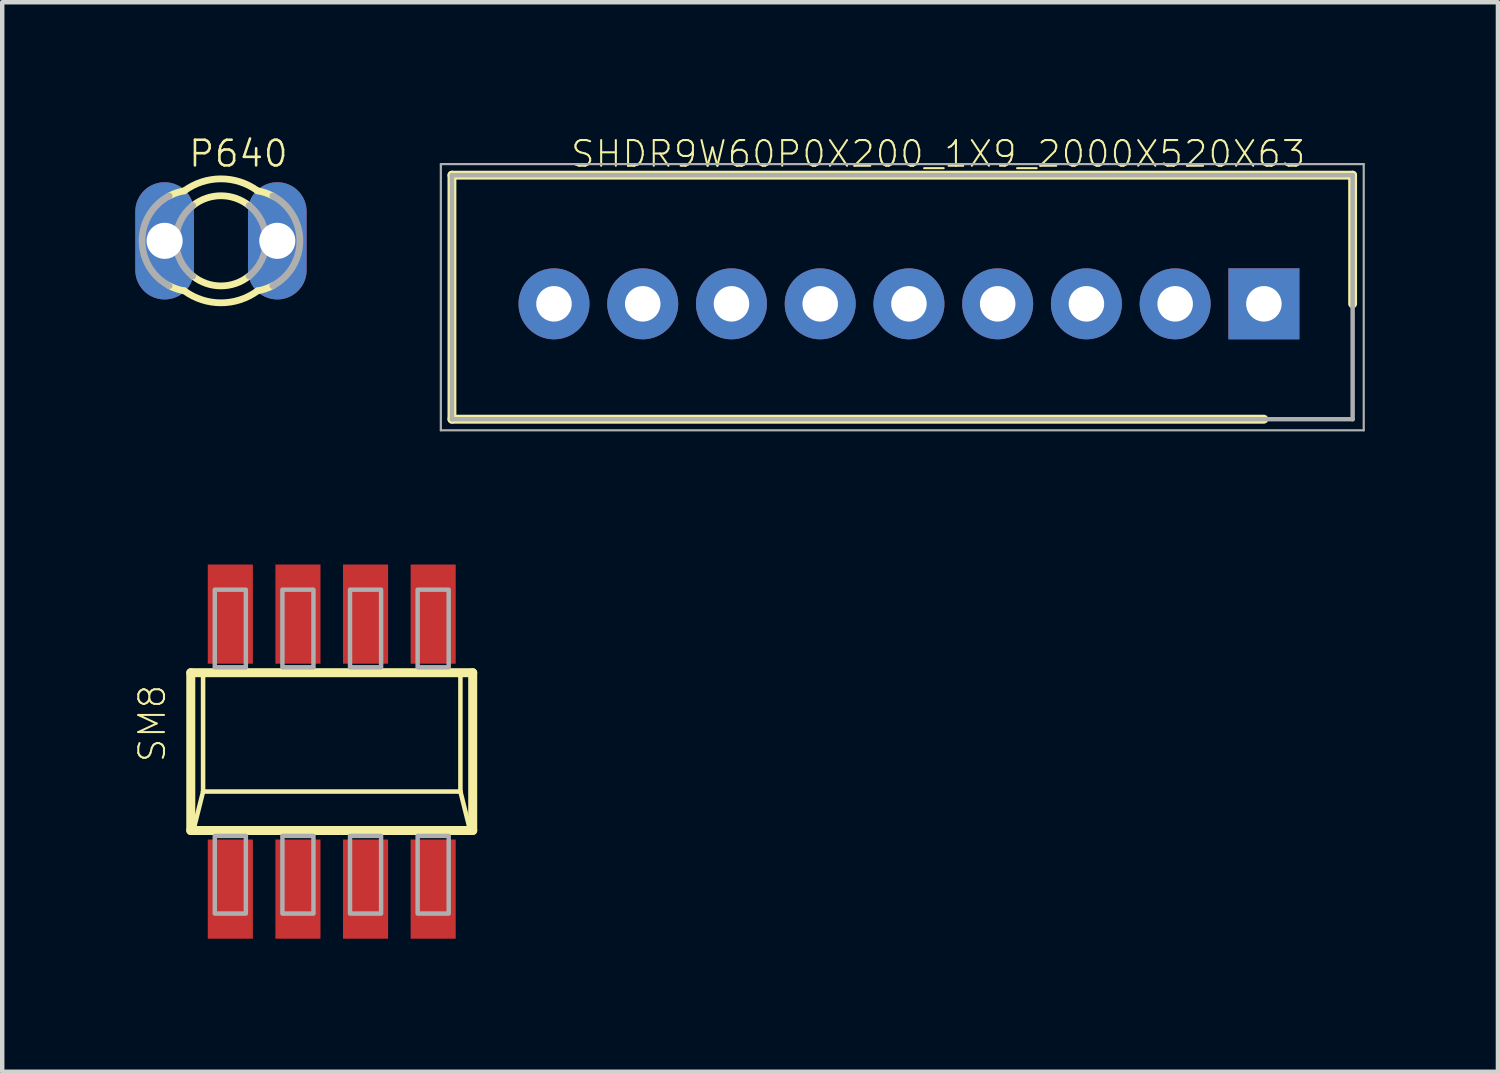
<source format=kicad_pcb>
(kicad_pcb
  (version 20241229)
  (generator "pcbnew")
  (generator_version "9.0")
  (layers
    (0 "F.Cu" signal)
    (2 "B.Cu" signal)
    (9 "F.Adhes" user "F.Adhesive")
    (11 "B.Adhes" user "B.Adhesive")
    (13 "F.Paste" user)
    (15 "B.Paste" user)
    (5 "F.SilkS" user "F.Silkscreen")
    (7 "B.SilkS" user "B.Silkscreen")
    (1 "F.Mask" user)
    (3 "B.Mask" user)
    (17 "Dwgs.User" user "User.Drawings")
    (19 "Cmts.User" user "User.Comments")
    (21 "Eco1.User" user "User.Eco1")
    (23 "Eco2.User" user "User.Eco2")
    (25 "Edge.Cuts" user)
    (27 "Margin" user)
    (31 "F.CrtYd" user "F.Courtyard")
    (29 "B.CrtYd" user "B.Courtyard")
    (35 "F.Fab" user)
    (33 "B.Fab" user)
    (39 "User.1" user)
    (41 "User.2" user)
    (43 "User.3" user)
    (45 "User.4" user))
  (footprint "SHDR9W60P0X200_1X9_2000X520X63"
    (layer "F.Cu")
    (at 25.436 3.798)
    (property "Reference" "SHDR9W60P0X200_1X9_2000X520X63" (at -7.341 -3.378 0) (layer "F.SilkS") (effects (font (size 0.579 0.579) (thickness 0.046))))
    (attr through_hole)
    (fp_line (start -18.3 -2.9) (end 2 -2.9) (stroke (width 0.2) (type solid)) (layer "F.SilkS"))
    (fp_line (start -18.3 2.6) (end -18.3 -2.9) (stroke (width 0.2) (type solid)) (layer "F.SilkS"))
    (fp_line (start 0 2.6) (end -18.3 2.6) (stroke (width 0.2) (type solid)) (layer "F.SilkS"))
    (fp_line (start 2 -2.9) (end 2 0) (stroke (width 0.2) (type solid)) (layer "F.SilkS"))
    (fp_line (start -18.55 -3.15) (end 2.25 -3.15) (stroke (width 0.05) (type solid)) (layer "F.Fab"))
    (fp_line (start -18.55 2.85) (end -18.55 -3.15) (stroke (width 0.05) (type solid)) (layer "F.Fab"))
    (fp_line (start -18.3 -2.9) (end 2 -2.9) (stroke (width 0.1) (type solid)) (layer "F.Fab"))
    (fp_line (start -18.3 2.6) (end -18.3 -2.9) (stroke (width 0.1) (type solid)) (layer "F.Fab"))
    (fp_line (start 2 -2.9) (end 2 2.6) (stroke (width 0.1) (type solid)) (layer "F.Fab"))
    (fp_line (start 2 2.6) (end -18.3 2.6) (stroke (width 0.1) (type solid)) (layer "F.Fab"))
    (fp_line (start 2.25 -3.15) (end 2.25 2.85) (stroke (width 0.05) (type solid)) (layer "F.Fab"))
    (fp_line (start 2.25 2.85) (end -18.55 2.85) (stroke (width 0.05) (type solid)) (layer "F.Fab"))
    (pad "1" thru_hole rect (at 0 0) (size 1.6 1.6) (drill 0.8) (layers "*.Cu" "*.Mask"))
    (pad "2" thru_hole circle (at -2 0) (size 1.6 1.6) (drill 0.8) (layers "*.Cu" "*.Mask"))
    (pad "3" thru_hole circle (at -4 0) (size 1.6 1.6) (drill 0.8) (layers "*.Cu" "*.Mask"))
    (pad "4" thru_hole circle (at -6 0) (size 1.6 1.6) (drill 0.8) (layers "*.Cu" "*.Mask"))
    (pad "5" thru_hole circle (at -8 0) (size 1.6 1.6) (drill 0.8) (layers "*.Cu" "*.Mask"))
    (pad "6" thru_hole circle (at -10 0) (size 1.6 1.6) (drill 0.8) (layers "*.Cu" "*.Mask"))
    (pad "7" thru_hole circle (at -12 0) (size 1.6 1.6) (drill 0.8) (layers "*.Cu" "*.Mask"))
    (pad "8" thru_hole circle (at -14 0) (size 1.6 1.6) (drill 0.8) (layers "*.Cu" "*.Mask"))
    (pad "9" thru_hole circle (at -16 0) (size 1.6 1.6) (drill 0.8) (layers "*.Cu" "*.Mask")))
  (footprint "P640"
    (layer "F.Cu")
    (at 1.93 2.378)
    (property "Reference" "P640" (at -0.762 -1.626 0) (layer "F.SilkS") (effects (font (size 0.579 0.579) (thickness 0.058)) (justify left bottom)))
    (attr through_hole)
    (fp_arc (start -1.1684 -1.0109) (mid -1.001576 -1.082612) (end -0.8255 -1.127) (stroke (width 0.1524) (type solid)) (layer "F.SilkS"))
    (fp_arc (start -0.8255 -1.127) (mid 0 -1.396989) (end 0.8255 -1.127) (stroke (width 0.1524) (type solid)) (layer "F.SilkS"))
    (fp_arc (start -0.8255 1.127) (mid -1.001576 1.082612) (end -1.1684 1.0109) (stroke (width 0.1524) (type solid)) (layer "F.SilkS"))
    (fp_arc (start -0.635 -0.7931) (mid 0 -1.015988) (end 0.635 -0.7931) (stroke (width 0.1524) (type solid)) (layer "F.SilkS"))
    (fp_arc (start 0.635 0.7931) (mid 0 1.015988) (end -0.635 0.7931) (stroke (width 0.1524) (type solid)) (layer "F.SilkS"))
    (fp_arc (start 0.8255 -1.127) (mid 1.001576 -1.082612) (end 1.1684 -1.0109) (stroke (width 0.1524) (type solid)) (layer "F.SilkS"))
    (fp_arc (start 0.8255 1.127) (mid 0 1.396989) (end -0.8255 1.127) (stroke (width 0.1524) (type solid)) (layer "F.SilkS"))
    (fp_arc (start 1.1684 1.0109) (mid 1.001576 1.082612) (end 0.8255 1.127) (stroke (width 0.1524) (type solid)) (layer "F.SilkS"))
    (fp_arc (start -1.1684 1.0109) (mid -1.777994 0) (end -1.1684 -1.0109) (stroke (width 0.1524) (type solid)) (layer "F.Fab"))
    (fp_arc (start -0.635 0.7931) (mid -1.015988 0) (end -0.635 -0.7931) (stroke (width 0.1524) (type solid)) (layer "F.Fab"))
    (fp_arc (start 0.635 -0.7931) (mid 1.015988 0) (end 0.635 0.7931) (stroke (width 0.1524) (type solid)) (layer "F.Fab"))
    (fp_arc (start 1.1684 -1.0109) (mid 1.777994 0) (end 1.1684 1.0109) (stroke (width 0.1524) (type solid)) (layer "F.Fab"))
    (pad "1" thru_hole oval (at -1.27 0 90) (size 2.642 1.321) (drill 0.813) (layers "*.Cu" "*.Mask"))
    (pad "2" thru_hole oval (at 1.27 0 90) (size 2.642 1.321) (drill 0.813) (layers "*.Cu" "*.Mask")))
  (footprint "SM8"
    (layer "F.Cu")
    (at 4.427 13.89)
    (property "Reference" "SM8" (at -3.708 0.279 90) (layer "F.SilkS") (effects (font (size 0.579 0.579) (thickness 0.046)) (justify left bottom)))
    (attr through_hole)
    (fp_line (start -3.177 -1.778) (end 3.177 -1.778) (stroke (width 0.203) (type solid)) (layer "F.SilkS"))
    (fp_line (start -3.177 1.778) (end -3.177 -1.778) (stroke (width 0.203) (type solid)) (layer "F.SilkS"))
    (fp_line (start -2.9 -1.7) (end -2.9 0.9) (stroke (width 0.102) (type solid)) (layer "F.SilkS"))
    (fp_line (start -2.9 0.9) (end -3.1 1.7) (stroke (width 0.102) (type solid)) (layer "F.SilkS"))
    (fp_line (start -2.9 0.9) (end 2.9 0.9) (stroke (width 0.102) (type solid)) (layer "F.SilkS"))
    (fp_line (start 2.9 0.9) (end 2.9 -1.7) (stroke (width 0.102) (type solid)) (layer "F.SilkS"))
    (fp_line (start 2.9 0.9) (end 3.1 1.7) (stroke (width 0.102) (type solid)) (layer "F.SilkS"))
    (fp_line (start 3.177 -1.778) (end 3.177 1.778) (stroke (width 0.203) (type solid)) (layer "F.SilkS"))
    (fp_line (start 3.177 1.778) (end -3.177 1.778) (stroke (width 0.203) (type solid)) (layer "F.SilkS"))
    (fp_poly (pts (xy -2.636 -1.9) (xy -1.936 -1.9) (xy -1.936 -3.65) (xy -2.636 -3.65)) (stroke (width 0.1) (type solid)) (fill no) (layer "F.Fab"))
    (fp_poly (pts (xy -2.636 3.65) (xy -1.936 3.65) (xy -1.936 1.9) (xy -2.636 1.9)) (stroke (width 0.1) (type solid)) (fill no) (layer "F.Fab"))
    (fp_poly (pts (xy -1.112 -1.9) (xy -0.412 -1.9) (xy -0.412 -3.65) (xy -1.112 -3.65)) (stroke (width 0.1) (type solid)) (fill no) (layer "F.Fab"))
    (fp_poly (pts (xy -1.112 3.65) (xy -0.412 3.65) (xy -0.412 1.9) (xy -1.112 1.9)) (stroke (width 0.1) (type solid)) (fill no) (layer "F.Fab"))
    (fp_poly (pts (xy 0.412 -1.9) (xy 1.112 -1.9) (xy 1.112 -3.65) (xy 0.412 -3.65)) (stroke (width 0.1) (type solid)) (fill no) (layer "F.Fab"))
    (fp_poly (pts (xy 0.412 3.65) (xy 1.112 3.65) (xy 1.112 1.9) (xy 0.412 1.9)) (stroke (width 0.1) (type solid)) (fill no) (layer "F.Fab"))
    (fp_poly (pts (xy 1.936 -1.9) (xy 2.636 -1.9) (xy 2.636 -3.65) (xy 1.936 -3.65)) (stroke (width 0.1) (type solid)) (fill no) (layer "F.Fab"))
    (fp_poly (pts (xy 1.936 3.65) (xy 2.636 3.65) (xy 2.636 1.9) (xy 1.936 1.9)) (stroke (width 0.1) (type solid)) (fill no) (layer "F.Fab"))
    (pad "1" smd rect (at -2.286 3.099) (size 1.016 2.235) (layers "F.Cu" "F.Mask" "F.Paste"))
    (pad "2" smd rect (at -0.762 3.099) (size 1.016 2.235) (layers "F.Cu" "F.Mask" "F.Paste"))
    (pad "3" smd rect (at 0.762 3.099) (size 1.016 2.235) (layers "F.Cu" "F.Mask" "F.Paste"))
    (pad "4" smd rect (at 2.286 3.099) (size 1.016 2.235) (layers "F.Cu" "F.Mask" "F.Paste"))
    (pad "5" smd rect (at 2.286 -3.099) (size 1.016 2.235) (layers "F.Cu" "F.Mask" "F.Paste"))
    (pad "6" smd rect (at 0.762 -3.099) (size 1.016 2.235) (layers "F.Cu" "F.Mask" "F.Paste"))
    (pad "7" smd rect (at -0.762 -3.099) (size 1.016 2.235) (layers "F.Cu" "F.Mask" "F.Paste"))
    (pad "8" smd rect (at -2.286 -3.099) (size 1.016 2.235) (layers "F.Cu" "F.Mask" "F.Paste")))
  (gr_rect
    (start -3 -3)
    (end 30.711 21.106)
    (stroke (width 0.1) (type default))
    (fill no)
    (layer "Edge.Cuts")))
</source>
